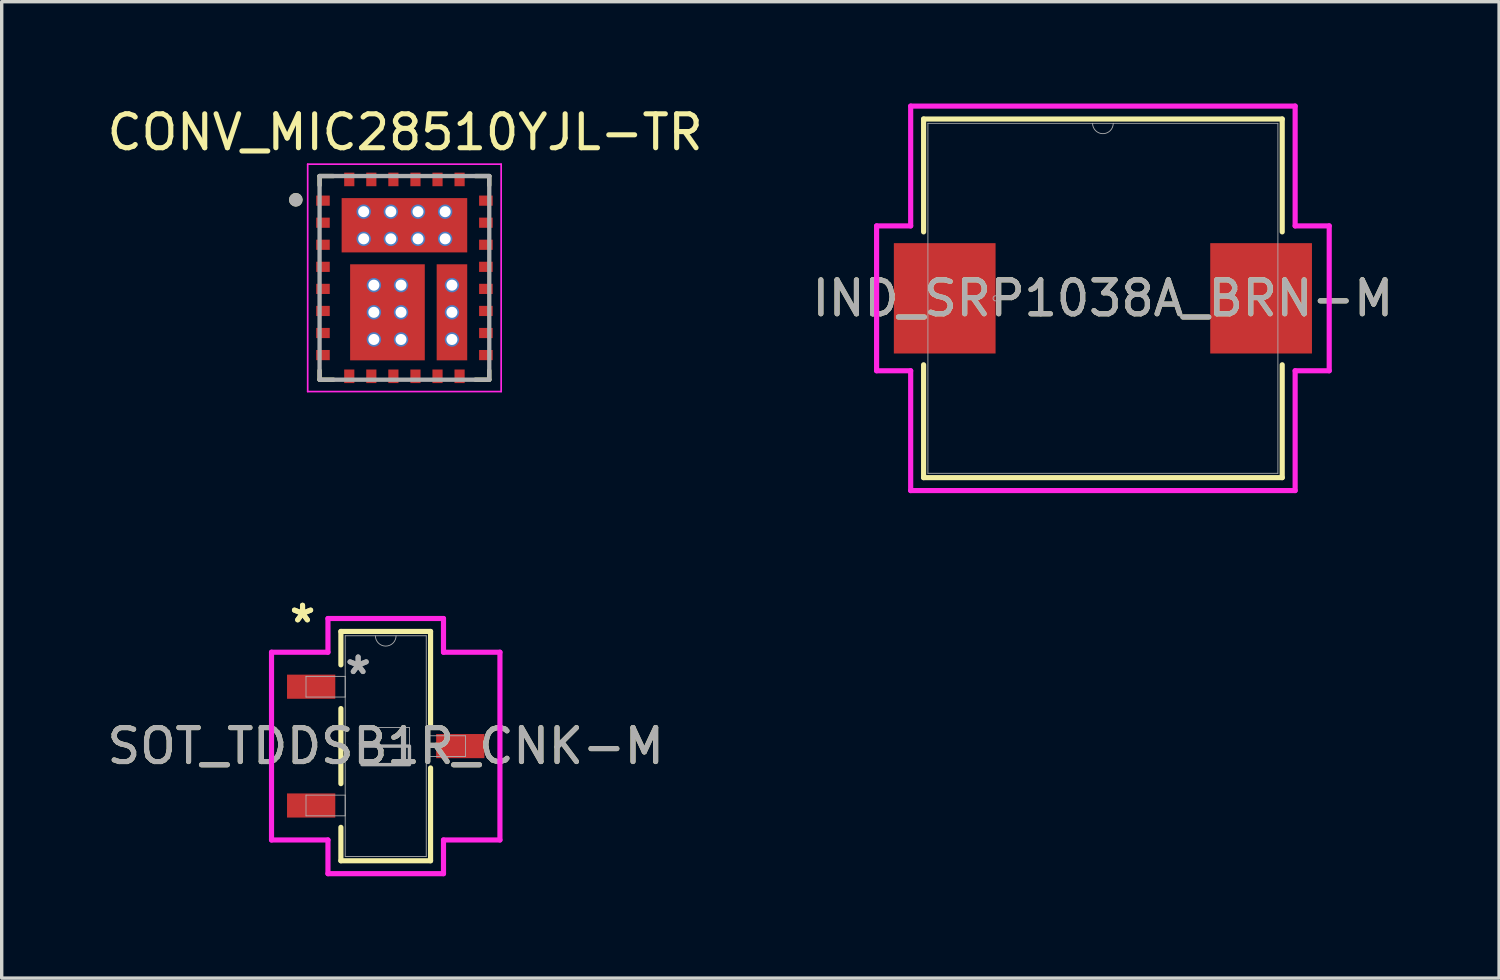
<source format=kicad_pcb>
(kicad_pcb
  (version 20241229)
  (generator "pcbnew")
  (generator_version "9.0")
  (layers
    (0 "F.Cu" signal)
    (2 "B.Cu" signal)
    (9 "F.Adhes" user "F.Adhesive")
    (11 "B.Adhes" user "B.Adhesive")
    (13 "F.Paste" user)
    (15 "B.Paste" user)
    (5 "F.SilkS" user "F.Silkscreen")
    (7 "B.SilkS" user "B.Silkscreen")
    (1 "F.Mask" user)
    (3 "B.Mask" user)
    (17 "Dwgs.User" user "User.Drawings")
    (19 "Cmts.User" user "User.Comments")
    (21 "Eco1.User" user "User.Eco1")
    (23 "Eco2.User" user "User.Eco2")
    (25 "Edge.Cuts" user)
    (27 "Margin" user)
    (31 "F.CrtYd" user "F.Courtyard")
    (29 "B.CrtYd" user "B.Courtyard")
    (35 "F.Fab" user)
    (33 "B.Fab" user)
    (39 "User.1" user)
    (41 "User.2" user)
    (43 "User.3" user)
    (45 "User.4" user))
  (footprint "IND_SRP1038A_BRN-M"
    (layer "F.Cu")
    (at 29.446 5.74)
    (property "Reference" "IND_SRP1038A_BRN-M" (at 0 0 0) (unlocked yes) (layer "F.SilkS") (effects (font (size 1 1) (thickness 0.15))))
    (attr smd)
    (fp_line (start -5.283 -5.283) (end -5.283 -1.958) (stroke (width 0.152) (type solid)) (layer "F.SilkS"))
    (fp_line (start -5.283 1.958) (end -5.283 5.283) (stroke (width 0.152) (type solid)) (layer "F.SilkS"))
    (fp_line (start -5.283 5.283) (end 5.283 5.283) (stroke (width 0.152) (type solid)) (layer "F.SilkS"))
    (fp_line (start 5.283 -5.283) (end -5.283 -5.283) (stroke (width 0.152) (type solid)) (layer "F.SilkS"))
    (fp_line (start 5.283 -1.958) (end 5.283 -5.283) (stroke (width 0.152) (type solid)) (layer "F.SilkS"))
    (fp_line (start 5.283 5.283) (end 5.283 1.958) (stroke (width 0.152) (type solid)) (layer "F.SilkS"))
    (fp_line (start -6.668 -2.134) (end -5.664 -2.134) (stroke (width 0.152) (type solid)) (layer "F.CrtYd"))
    (fp_line (start -6.668 2.134) (end -6.668 -2.134) (stroke (width 0.152) (type solid)) (layer "F.CrtYd"))
    (fp_line (start -6.668 2.134) (end -5.664 2.134) (stroke (width 0.152) (type solid)) (layer "F.CrtYd"))
    (fp_line (start -5.664 -5.664) (end 5.664 -5.664) (stroke (width 0.152) (type solid)) (layer "F.CrtYd"))
    (fp_line (start -5.664 -2.134) (end -5.664 -5.664) (stroke (width 0.152) (type solid)) (layer "F.CrtYd"))
    (fp_line (start -5.664 5.664) (end -5.664 2.134) (stroke (width 0.152) (type solid)) (layer "F.CrtYd"))
    (fp_line (start 5.664 -5.664) (end 5.664 -2.134) (stroke (width 0.152) (type solid)) (layer "F.CrtYd"))
    (fp_line (start 5.664 2.134) (end 5.664 5.664) (stroke (width 0.152) (type solid)) (layer "F.CrtYd"))
    (fp_line (start 5.664 5.664) (end -5.664 5.664) (stroke (width 0.152) (type solid)) (layer "F.CrtYd"))
    (fp_line (start 6.668 -2.134) (end 5.664 -2.134) (stroke (width 0.152) (type solid)) (layer "F.CrtYd"))
    (fp_line (start 6.668 -2.134) (end 6.668 2.134) (stroke (width 0.152) (type solid)) (layer "F.CrtYd"))
    (fp_line (start 6.668 2.134) (end 5.664 2.134) (stroke (width 0.152) (type solid)) (layer "F.CrtYd"))
    (fp_line (start -5.156 -5.156) (end -5.156 5.156) (stroke (width 0.025) (type solid)) (layer "F.Fab"))
    (fp_line (start -5.156 5.156) (end 5.156 5.156) (stroke (width 0.025) (type solid)) (layer "F.Fab"))
    (fp_line (start 5.156 -5.156) (end -5.156 -5.156) (stroke (width 0.025) (type solid)) (layer "F.Fab"))
    (fp_line (start 5.156 5.156) (end 5.156 -5.156) (stroke (width 0.025) (type solid)) (layer "F.Fab"))
    (fp_arc (start 0.3048 -5.1562) (mid 0 -4.8514) (end -0.3048 -5.1562) (stroke (width 0.0254) (type solid)) (layer "F.Fab"))
    (fp_circle (center -3.162 0) (end -3.086 0) (stroke (width 0.025) (type solid)) (fill no) (layer "F.Fab"))
    (fp_text user "${REFERENCE}" (at 0 0 0) (unlocked yes) (layer "F.Fab") (effects (font (size 1 1) (thickness 0.15))))
    (pad "1" smd rect (at -4.661 0) (size 2.997 3.251) (layers "F.Cu" "F.Mask" "F.Paste"))
    (pad "2" smd rect (at 4.661 0) (size 2.997 3.251) (layers "F.Cu" "F.Mask" "F.Paste")))
  (footprint "CONV_MIC28510YJL-TR"
    (layer "F.Cu")
    (at 8.866 5.137)
    (property "Reference" "CONV_MIC28510YJL-TR" (at 0.021 -4.289 0) (layer "F.SilkS") (effects (font (size 1 1) (thickness 0.15))))
    (attr smd)
    (fp_line (start -2.5 -3) (end -2.09 -3) (stroke (width 0.127) (type solid)) (layer "F.SilkS"))
    (fp_line (start -2.5 -2.73) (end -2.5 -3) (stroke (width 0.127) (type solid)) (layer "F.SilkS"))
    (fp_line (start -2.5 3) (end -2.5 2.73) (stroke (width 0.127) (type solid)) (layer "F.SilkS"))
    (fp_line (start -2.5 3) (end -2.09 3) (stroke (width 0.127) (type solid)) (layer "F.SilkS"))
    (fp_line (start 2.09 -3) (end 2.5 -3) (stroke (width 0.127) (type solid)) (layer "F.SilkS"))
    (fp_line (start 2.09 3) (end 2.5 3) (stroke (width 0.127) (type solid)) (layer "F.SilkS"))
    (fp_line (start 2.5 -2.73) (end 2.5 -3) (stroke (width 0.127) (type solid)) (layer "F.SilkS"))
    (fp_line (start 2.5 3) (end 2.5 2.73) (stroke (width 0.127) (type solid)) (layer "F.SilkS"))
    (fp_circle (center -3.2 -2.3) (end -3.1 -2.3) (stroke (width 0.2) (type solid)) (fill no) (layer "F.SilkS"))
    (fp_poly (pts (xy -1.65 -2.15) (xy -0.1 -2.15) (xy -0.1 -0.95) (xy -1.65 -0.95)) (stroke (width 0.01) (type solid)) (fill yes) (layer "F.Paste"))
    (fp_poly (pts (xy -1.555 -0.195) (xy -0.755 -0.195) (xy -0.755 0.915) (xy -1.555 0.915)) (stroke (width 0.01) (type solid)) (fill yes) (layer "F.Paste"))
    (fp_poly (pts (xy -1.555 1.115) (xy -0.755 1.115) (xy -0.755 2.225) (xy -1.555 2.225)) (stroke (width 0.01) (type solid)) (fill yes) (layer "F.Paste"))
    (fp_poly (pts (xy -0.245 -0.195) (xy 0.555 -0.195) (xy 0.555 0.915) (xy -0.245 0.915)) (stroke (width 0.01) (type solid)) (fill yes) (layer "F.Paste"))
    (fp_poly (pts (xy -0.245 1.115) (xy 0.555 1.115) (xy 0.555 2.225) (xy -0.245 2.225)) (stroke (width 0.01) (type solid)) (fill yes) (layer "F.Paste"))
    (fp_poly (pts (xy 0.1 -2.15) (xy 1.65 -2.15) (xy 1.65 -0.95) (xy 0.1 -0.95)) (stroke (width 0.01) (type solid)) (fill yes) (layer "F.Paste"))
    (fp_poly (pts (xy 1.15 -0.195) (xy 1.65 -0.195) (xy 1.65 0.915) (xy 1.15 0.915)) (stroke (width 0.01) (type solid)) (fill yes) (layer "F.Paste"))
    (fp_poly (pts (xy 1.15 1.115) (xy 1.65 1.115) (xy 1.65 2.225) (xy 1.15 2.225)) (stroke (width 0.01) (type solid)) (fill yes) (layer "F.Paste"))
    (fp_line (start -2.85 -3.35) (end 2.85 -3.35) (stroke (width 0.05) (type solid)) (layer "F.CrtYd"))
    (fp_line (start -2.85 3.35) (end -2.85 -3.35) (stroke (width 0.05) (type solid)) (layer "F.CrtYd"))
    (fp_line (start 2.85 -3.35) (end 2.85 3.35) (stroke (width 0.05) (type solid)) (layer "F.CrtYd"))
    (fp_line (start 2.85 3.35) (end -2.85 3.35) (stroke (width 0.05) (type solid)) (layer "F.CrtYd"))
    (fp_line (start -2.5 -3) (end 2.5 -3) (stroke (width 0.127) (type solid)) (layer "F.Fab"))
    (fp_line (start -2.5 3) (end -2.5 -3) (stroke (width 0.127) (type solid)) (layer "F.Fab"))
    (fp_line (start 2.5 -3) (end 2.5 3) (stroke (width 0.127) (type solid)) (layer "F.Fab"))
    (fp_line (start 2.5 3) (end -2.5 3) (stroke (width 0.127) (type solid)) (layer "F.Fab"))
    (fp_circle (center -3.2 -2.3) (end -3.1 -2.3) (stroke (width 0.2) (type solid)) (fill no) (layer "F.Fab"))
    (pad "1" smd rect (at -2.4 -2.275) (size 0.4 0.3) (layers "F.Cu" "F.Mask" "F.Paste"))
    (pad "2" smd rect (at -2.4 -1.625) (size 0.4 0.3) (layers "F.Cu" "F.Mask" "F.Paste"))
    (pad "3" smd rect (at -2.4 -0.975) (size 0.4 0.3) (layers "F.Cu" "F.Mask" "F.Paste"))
    (pad "4" smd rect (at -2.4 -0.325) (size 0.4 0.3) (layers "F.Cu" "F.Mask" "F.Paste"))
    (pad "5" smd rect (at -2.4 0.325) (size 0.4 0.3) (layers "F.Cu" "F.Mask" "F.Paste"))
    (pad "6" smd rect (at -2.4 0.975) (size 0.4 0.3) (layers "F.Cu" "F.Mask" "F.Paste"))
    (pad "7" smd rect (at -2.4 1.625) (size 0.4 0.3) (layers "F.Cu" "F.Mask" "F.Paste"))
    (pad "8" smd rect (at -2.4 2.275) (size 0.4 0.3) (layers "F.Cu" "F.Mask" "F.Paste"))
    (pad "9" smd rect (at -1.625 2.9) (size 0.3 0.4) (layers "F.Cu" "F.Mask" "F.Paste"))
    (pad "10" smd rect (at -0.975 2.9) (size 0.3 0.4) (layers "F.Cu" "F.Mask" "F.Paste"))
    (pad "11" smd rect (at -0.325 2.9) (size 0.3 0.4) (layers "F.Cu" "F.Mask" "F.Paste"))
    (pad "12" smd rect (at 0.325 2.9) (size 0.3 0.4) (layers "F.Cu" "F.Mask" "F.Paste"))
    (pad "13" smd rect (at 0.975 2.9) (size 0.3 0.4) (layers "F.Cu" "F.Mask" "F.Paste"))
    (pad "14" smd rect (at 1.625 2.9) (size 0.3 0.4) (layers "F.Cu" "F.Mask" "F.Paste"))
    (pad "15" smd rect (at 2.4 2.275) (size 0.4 0.3) (layers "F.Cu" "F.Mask" "F.Paste"))
    (pad "16" smd rect (at 2.4 1.625) (size 0.4 0.3) (layers "F.Cu" "F.Mask" "F.Paste"))
    (pad "17" smd rect (at 2.4 0.975) (size 0.4 0.3) (layers "F.Cu" "F.Mask" "F.Paste"))
    (pad "18" smd rect (at 2.4 0.325) (size 0.4 0.3) (layers "F.Cu" "F.Mask" "F.Paste"))
    (pad "19" smd rect (at 2.4 -0.325) (size 0.4 0.3) (layers "F.Cu" "F.Mask" "F.Paste"))
    (pad "20" smd rect (at 2.4 -0.975) (size 0.4 0.3) (layers "F.Cu" "F.Mask" "F.Paste"))
    (pad "21" smd rect (at 2.4 -1.625) (size 0.4 0.3) (layers "F.Cu" "F.Mask" "F.Paste"))
    (pad "22" smd rect (at 2.4 -2.275) (size 0.4 0.3) (layers "F.Cu" "F.Mask" "F.Paste"))
    (pad "23" smd rect (at 1.625 -2.9) (size 0.3 0.4) (layers "F.Cu" "F.Mask" "F.Paste"))
    (pad "24" smd rect (at 0.975 -2.9) (size 0.3 0.4) (layers "F.Cu" "F.Mask" "F.Paste"))
    (pad "25" smd rect (at 0.325 -2.9) (size 0.3 0.4) (layers "F.Cu" "F.Mask" "F.Paste"))
    (pad "26" smd rect (at -0.325 -2.9) (size 0.3 0.4) (layers "F.Cu" "F.Mask" "F.Paste"))
    (pad "27" smd rect (at -0.975 -2.9) (size 0.3 0.4) (layers "F.Cu" "F.Mask" "F.Paste"))
    (pad "28" smd rect (at -1.625 -2.9) (size 0.3 0.4) (layers "F.Cu" "F.Mask" "F.Paste"))
    (pad "29" smd rect (at 0 -1.55) (size 3.7 1.6) (layers "F.Cu" "F.Mask"))
    (pad "29_1" thru_hole circle (at -1.2 -1.95) (size 0.425 0.425) (drill 0.325) (layers "*.Cu" "*.Mask"))
    (pad "29_2" thru_hole circle (at -0.4 -1.95) (size 0.425 0.425) (drill 0.325) (layers "*.Cu" "*.Mask"))
    (pad "29_3" thru_hole circle (at 0.4 -1.95) (size 0.425 0.425) (drill 0.325) (layers "*.Cu" "*.Mask"))
    (pad "29_4" thru_hole circle (at 1.2 -1.95) (size 0.425 0.425) (drill 0.325) (layers "*.Cu" "*.Mask"))
    (pad "29_5" thru_hole circle (at -1.2 -1.15) (size 0.425 0.425) (drill 0.325) (layers "*.Cu" "*.Mask"))
    (pad "29_6" thru_hole circle (at -0.4 -1.15) (size 0.425 0.425) (drill 0.325) (layers "*.Cu" "*.Mask"))
    (pad "29_7" thru_hole circle (at 0.4 -1.15) (size 0.425 0.425) (drill 0.325) (layers "*.Cu" "*.Mask"))
    (pad "29_8" thru_hole circle (at 1.2 -1.15) (size 0.425 0.425) (drill 0.325) (layers "*.Cu" "*.Mask"))
    (pad "30" smd rect (at -0.5 1.015) (size 2.2 2.83) (layers "F.Cu" "F.Mask"))
    (pad "30_1" thru_hole circle (at -0.9 0.215) (size 0.425 0.425) (drill 0.325) (layers "*.Cu" "*.Mask"))
    (pad "30_2" thru_hole circle (at -0.1 0.215) (size 0.425 0.425) (drill 0.325) (layers "*.Cu" "*.Mask"))
    (pad "30_3" thru_hole circle (at -0.9 1.015) (size 0.425 0.425) (drill 0.325) (layers "*.Cu" "*.Mask"))
    (pad "30_4" thru_hole circle (at -0.1 1.015) (size 0.425 0.425) (drill 0.325) (layers "*.Cu" "*.Mask"))
    (pad "30_5" thru_hole circle (at -0.9 1.815) (size 0.425 0.425) (drill 0.325) (layers "*.Cu" "*.Mask"))
    (pad "30_6" thru_hole circle (at -0.1 1.815) (size 0.425 0.425) (drill 0.325) (layers "*.Cu" "*.Mask"))
    (pad "31" smd rect (at 1.4 1.015) (size 0.9 2.83) (layers "F.Cu" "F.Mask"))
    (pad "31_1" thru_hole circle (at 1.4 0.215) (size 0.425 0.425) (drill 0.325) (layers "*.Cu" "*.Mask"))
    (pad "31_2" thru_hole circle (at 1.4 1.015) (size 0.425 0.425) (drill 0.325) (layers "*.Cu" "*.Mask"))
    (pad "31_3" thru_hole circle (at 1.4 1.815) (size 0.425 0.425) (drill 0.325) (layers "*.Cu" "*.Mask")))
  (footprint "SOT_TDDSB1R_CNK-M"
    (layer "F.Cu")
    (at 8.315 18.933)
    (property "Reference" "SOT_TDDSB1R_CNK-M" (at 0 0 0) (unlocked yes) (layer "F.SilkS") (effects (font (size 1 1) (thickness 0.15))))
    (attr smd)
    (fp_line (start -1.321 -3.378) (end -1.321 -2.394) (stroke (width 0.152) (type solid)) (layer "F.SilkS"))
    (fp_line (start -1.321 -1.106) (end -1.321 1.106) (stroke (width 0.152) (type solid)) (layer "F.SilkS"))
    (fp_line (start -1.321 2.394) (end -1.321 3.378) (stroke (width 0.152) (type solid)) (layer "F.SilkS"))
    (fp_line (start -1.321 3.378) (end 1.321 3.378) (stroke (width 0.152) (type solid)) (layer "F.SilkS"))
    (fp_line (start 1.321 -3.378) (end -1.321 -3.378) (stroke (width 0.152) (type solid)) (layer "F.SilkS"))
    (fp_line (start 1.321 -0.644) (end 1.321 -3.378) (stroke (width 0.152) (type solid)) (layer "F.SilkS"))
    (fp_line (start 1.321 3.378) (end 1.321 0.644) (stroke (width 0.152) (type solid)) (layer "F.SilkS"))
    (fp_line (start -3.365 -2.766) (end -1.702 -2.766) (stroke (width 0.152) (type solid)) (layer "F.CrtYd"))
    (fp_line (start -3.365 2.766) (end -3.365 -2.766) (stroke (width 0.152) (type solid)) (layer "F.CrtYd"))
    (fp_line (start -1.702 -3.759) (end 1.702 -3.759) (stroke (width 0.152) (type solid)) (layer "F.CrtYd"))
    (fp_line (start -1.702 -2.766) (end -1.702 -3.759) (stroke (width 0.152) (type solid)) (layer "F.CrtYd"))
    (fp_line (start -1.702 2.766) (end -3.365 2.766) (stroke (width 0.152) (type solid)) (layer "F.CrtYd"))
    (fp_line (start -1.702 3.759) (end -1.702 2.766) (stroke (width 0.152) (type solid)) (layer "F.CrtYd"))
    (fp_line (start 1.702 -3.759) (end 1.702 -2.766) (stroke (width 0.152) (type solid)) (layer "F.CrtYd"))
    (fp_line (start 1.702 -2.766) (end 3.365 -2.766) (stroke (width 0.152) (type solid)) (layer "F.CrtYd"))
    (fp_line (start 1.702 2.766) (end 1.702 3.759) (stroke (width 0.152) (type solid)) (layer "F.CrtYd"))
    (fp_line (start 1.702 3.759) (end -1.702 3.759) (stroke (width 0.152) (type solid)) (layer "F.CrtYd"))
    (fp_line (start 3.365 -2.766) (end 3.365 2.766) (stroke (width 0.152) (type solid)) (layer "F.CrtYd"))
    (fp_line (start 3.365 2.766) (end 1.702 2.766) (stroke (width 0.152) (type solid)) (layer "F.CrtYd"))
    (fp_line (start -2.349 -2.055) (end -2.349 -1.445) (stroke (width 0.025) (type solid)) (layer "F.Fab"))
    (fp_line (start -2.349 -1.445) (end -1.194 -1.445) (stroke (width 0.025) (type solid)) (layer "F.Fab"))
    (fp_line (start -2.349 1.445) (end -2.349 2.055) (stroke (width 0.025) (type solid)) (layer "F.Fab"))
    (fp_line (start -2.349 2.055) (end -1.194 2.055) (stroke (width 0.025) (type solid)) (layer "F.Fab"))
    (fp_line (start -1.194 -3.251) (end -1.194 3.251) (stroke (width 0.025) (type solid)) (layer "F.Fab"))
    (fp_line (start -1.194 -2.055) (end -2.349 -2.055) (stroke (width 0.025) (type solid)) (layer "F.Fab"))
    (fp_line (start -1.194 -1.445) (end -1.194 -2.055) (stroke (width 0.025) (type solid)) (layer "F.Fab"))
    (fp_line (start -1.194 1.445) (end -2.349 1.445) (stroke (width 0.025) (type solid)) (layer "F.Fab"))
    (fp_line (start -1.194 2.055) (end -1.194 1.445) (stroke (width 0.025) (type solid)) (layer "F.Fab"))
    (fp_line (start -1.194 3.251) (end 1.194 3.251) (stroke (width 0.025) (type solid)) (layer "F.Fab"))
    (fp_line (start -0.699 -0.546) (end 0.699 -0.546) (stroke (width 0.025) (type solid)) (layer "F.Fab"))
    (fp_line (start -0.699 0.546) (end -0.699 -0.546) (stroke (width 0.025) (type solid)) (layer "F.Fab"))
    (fp_line (start 0.699 -0.546) (end 0.699 0.546) (stroke (width 0.025) (type solid)) (layer "F.Fab"))
    (fp_line (start 0.699 0.546) (end -0.699 0.546) (stroke (width 0.025) (type solid)) (layer "F.Fab"))
    (fp_line (start 1.194 -3.251) (end -1.194 -3.251) (stroke (width 0.025) (type solid)) (layer "F.Fab"))
    (fp_line (start 1.194 -0.305) (end 1.194 0.305) (stroke (width 0.025) (type solid)) (layer "F.Fab"))
    (fp_line (start 1.194 0.305) (end 2.349 0.305) (stroke (width 0.025) (type solid)) (layer "F.Fab"))
    (fp_line (start 1.194 3.251) (end 1.194 -3.251) (stroke (width 0.025) (type solid)) (layer "F.Fab"))
    (fp_line (start 2.349 -0.305) (end 1.194 -0.305) (stroke (width 0.025) (type solid)) (layer "F.Fab"))
    (fp_line (start 2.349 0.305) (end 2.349 -0.305) (stroke (width 0.025) (type solid)) (layer "F.Fab"))
    (fp_arc (start 0.3048 -3.2512) (mid 0 -2.9464) (end -0.3048 -3.2512) (stroke (width 0.0254) (type solid)) (layer "F.Fab"))
    (fp_poly (pts (xy -0.699 0.546) (xy -0.699 0) (xy 0.699 0) (xy 0.699 0.546)) (stroke (width 0.1) (type solid)) (fill no) (layer "F.Fab"))
    (fp_text user "*" (at -2.451 -3.604 0) (unlocked yes) (layer "F.SilkS") (effects (font (size 1 1) (thickness 0.15))))
    (fp_text user "*" (at -2.451 -3.604 0) (layer "F.SilkS") (effects (font (size 1 1) (thickness 0.15))))
    (fp_text user "*" (at -0.813 -2.08 0) (unlocked yes) (layer "F.Fab") (effects (font (size 1 1) (thickness 0.15))))
    (fp_text user "${REFERENCE}" (at 0 0 0) (unlocked yes) (layer "F.Fab") (effects (font (size 1 1) (thickness 0.15))))
    (fp_text user "*" (at -0.813 -2.08 0) (layer "F.Fab") (effects (font (size 1 1) (thickness 0.15))))
    (pad "1" smd rect (at -2.197 -1.75) (size 1.422 0.711) (layers "F.Cu" "F.Mask" "F.Paste"))
    (pad "2" smd rect (at 2.197 0) (size 1.422 0.711) (layers "F.Cu" "F.Mask" "F.Paste"))
    (pad "3" smd rect (at -2.197 1.75) (size 1.422 0.711) (layers "F.Cu" "F.Mask" "F.Paste")))
  (gr_rect
    (start -3 -3)
    (end 41.119 25.769)
    (stroke (width 0.1) (type default))
    (fill no)
    (layer "Edge.Cuts")))
</source>
